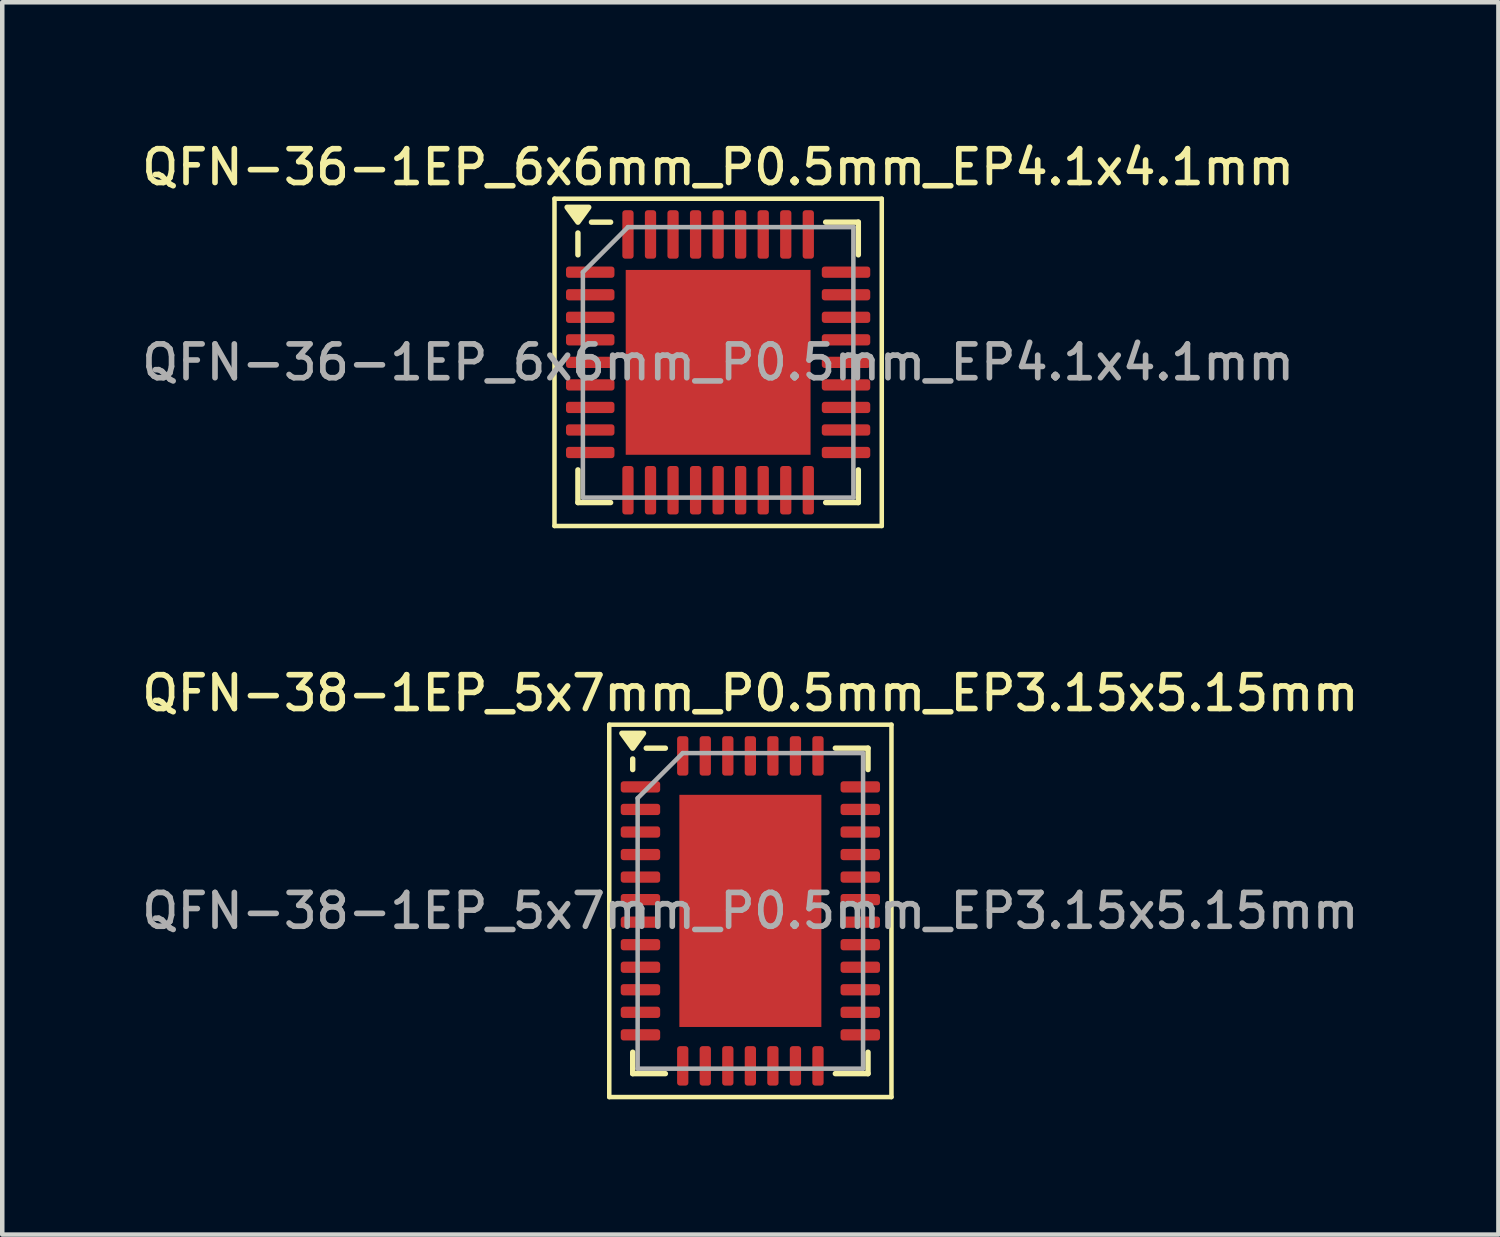
<source format=kicad_pcb>
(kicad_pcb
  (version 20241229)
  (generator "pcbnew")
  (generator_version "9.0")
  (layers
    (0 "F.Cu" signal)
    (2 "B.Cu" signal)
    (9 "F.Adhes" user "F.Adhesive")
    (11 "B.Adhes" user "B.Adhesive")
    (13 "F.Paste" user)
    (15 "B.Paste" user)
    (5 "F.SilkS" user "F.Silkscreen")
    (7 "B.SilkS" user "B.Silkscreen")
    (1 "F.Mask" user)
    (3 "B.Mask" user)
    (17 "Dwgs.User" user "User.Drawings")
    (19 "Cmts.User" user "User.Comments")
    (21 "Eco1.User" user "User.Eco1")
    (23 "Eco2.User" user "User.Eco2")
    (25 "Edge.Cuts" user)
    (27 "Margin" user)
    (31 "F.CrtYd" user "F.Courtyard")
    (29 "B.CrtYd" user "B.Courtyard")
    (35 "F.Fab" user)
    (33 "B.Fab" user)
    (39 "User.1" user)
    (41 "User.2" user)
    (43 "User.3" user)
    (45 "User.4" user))
  (footprint "QFN-36-1EP_6x6mm_P0.5mm_EP4.1x4.1mm"
    (layer "F.Cu")
    (at 12.88 4.988)
    (property "Reference" "QFN-36-1EP_6x6mm_P0.5mm_EP4.1x4.1mm" (at 0 -4.33 0) (layer "F.SilkS") (effects (font (size 0.75 0.75) (thickness 0.125))))
    (attr smd)
    (fp_line (start -3.63 -3.63) (end -3.63 3.63) (stroke (width 0.1) (type solid)) (layer "F.SilkS"))
    (fp_line (start -3.63 3.63) (end 3.63 3.63) (stroke (width 0.1) (type solid)) (layer "F.SilkS"))
    (fp_line (start -3.11 -2.385) (end -3.11 -2.87) (stroke (width 0.12) (type solid)) (layer "F.SilkS"))
    (fp_line (start -3.11 3.11) (end -3.11 2.385) (stroke (width 0.12) (type solid)) (layer "F.SilkS"))
    (fp_line (start -2.385 -3.11) (end -2.81 -3.11) (stroke (width 0.12) (type solid)) (layer "F.SilkS"))
    (fp_line (start -2.385 3.11) (end -3.11 3.11) (stroke (width 0.12) (type solid)) (layer "F.SilkS"))
    (fp_line (start 2.385 -3.11) (end 3.11 -3.11) (stroke (width 0.12) (type solid)) (layer "F.SilkS"))
    (fp_line (start 2.385 3.11) (end 3.11 3.11) (stroke (width 0.12) (type solid)) (layer "F.SilkS"))
    (fp_line (start 3.11 -3.11) (end 3.11 -2.385) (stroke (width 0.12) (type solid)) (layer "F.SilkS"))
    (fp_line (start 3.11 3.11) (end 3.11 2.385) (stroke (width 0.12) (type solid)) (layer "F.SilkS"))
    (fp_line (start 3.63 -3.63) (end -3.63 -3.63) (stroke (width 0.1) (type solid)) (layer "F.SilkS"))
    (fp_line (start 3.63 3.63) (end 3.63 -3.63) (stroke (width 0.1) (type solid)) (layer "F.SilkS"))
    (fp_poly (pts (xy -3.11 -3.11) (xy -3.35 -3.44) (xy -2.87 -3.44) (xy -3.11 -3.11)) (stroke (width 0.12) (type solid)) (fill yes) (layer "F.SilkS"))
    (fp_line (start -3 -2) (end -2 -3) (stroke (width 0.1) (type solid)) (layer "F.Fab"))
    (fp_line (start -3 3) (end -3 -2) (stroke (width 0.1) (type solid)) (layer "F.Fab"))
    (fp_line (start -2 -3) (end 3 -3) (stroke (width 0.1) (type solid)) (layer "F.Fab"))
    (fp_line (start 3 -3) (end 3 3) (stroke (width 0.1) (type solid)) (layer "F.Fab"))
    (fp_line (start 3 3) (end -3 3) (stroke (width 0.1) (type solid)) (layer "F.Fab"))
    (fp_text user "${REFERENCE}" (at 0 0 0) (layer "F.Fab") (effects (font (size 0.75 0.75) (thickness 0.125))))
    (pad "" smd roundrect (at -1.37 -1.37) (size 1.1 1.1) (layers "F.Paste") (roundrect_rratio 0.227))
    (pad "" smd roundrect (at -1.37 0) (size 1.1 1.1) (layers "F.Paste") (roundrect_rratio 0.227))
    (pad "" smd roundrect (at -1.37 1.37) (size 1.1 1.1) (layers "F.Paste") (roundrect_rratio 0.227))
    (pad "" smd roundrect (at 0 -1.37) (size 1.1 1.1) (layers "F.Paste") (roundrect_rratio 0.227))
    (pad "" smd roundrect (at 0 0) (size 1.1 1.1) (layers "F.Paste") (roundrect_rratio 0.227))
    (pad "" smd roundrect (at 0 1.37) (size 1.1 1.1) (layers "F.Paste") (roundrect_rratio 0.227))
    (pad "" smd roundrect (at 1.37 -1.37) (size 1.1 1.1) (layers "F.Paste") (roundrect_rratio 0.227))
    (pad "" smd roundrect (at 1.37 0) (size 1.1 1.1) (layers "F.Paste") (roundrect_rratio 0.227))
    (pad "" smd roundrect (at 1.37 1.37) (size 1.1 1.1) (layers "F.Paste") (roundrect_rratio 0.227))
    (pad "1" smd roundrect (at -2.837 -2) (size 1.075 0.25) (layers "F.Cu" "F.Mask" "F.Paste") (roundrect_rratio 0.25))
    (pad "2" smd roundrect (at -2.837 -1.5) (size 1.075 0.25) (layers "F.Cu" "F.Mask" "F.Paste") (roundrect_rratio 0.25))
    (pad "3" smd roundrect (at -2.837 -1) (size 1.075 0.25) (layers "F.Cu" "F.Mask" "F.Paste") (roundrect_rratio 0.25))
    (pad "4" smd roundrect (at -2.837 -0.5) (size 1.075 0.25) (layers "F.Cu" "F.Mask" "F.Paste") (roundrect_rratio 0.25))
    (pad "5" smd roundrect (at -2.837 0) (size 1.075 0.25) (layers "F.Cu" "F.Mask" "F.Paste") (roundrect_rratio 0.25))
    (pad "6" smd roundrect (at -2.837 0.5) (size 1.075 0.25) (layers "F.Cu" "F.Mask" "F.Paste") (roundrect_rratio 0.25))
    (pad "7" smd roundrect (at -2.837 1) (size 1.075 0.25) (layers "F.Cu" "F.Mask" "F.Paste") (roundrect_rratio 0.25))
    (pad "8" smd roundrect (at -2.837 1.5) (size 1.075 0.25) (layers "F.Cu" "F.Mask" "F.Paste") (roundrect_rratio 0.25))
    (pad "9" smd roundrect (at -2.837 2) (size 1.075 0.25) (layers "F.Cu" "F.Mask" "F.Paste") (roundrect_rratio 0.25))
    (pad "10" smd roundrect (at -2 2.837) (size 0.25 1.075) (layers "F.Cu" "F.Mask" "F.Paste") (roundrect_rratio 0.25))
    (pad "11" smd roundrect (at -1.5 2.837) (size 0.25 1.075) (layers "F.Cu" "F.Mask" "F.Paste") (roundrect_rratio 0.25))
    (pad "12" smd roundrect (at -1 2.837) (size 0.25 1.075) (layers "F.Cu" "F.Mask" "F.Paste") (roundrect_rratio 0.25))
    (pad "13" smd roundrect (at -0.5 2.837) (size 0.25 1.075) (layers "F.Cu" "F.Mask" "F.Paste") (roundrect_rratio 0.25))
    (pad "14" smd roundrect (at 0 2.837) (size 0.25 1.075) (layers "F.Cu" "F.Mask" "F.Paste") (roundrect_rratio 0.25))
    (pad "15" smd roundrect (at 0.5 2.837) (size 0.25 1.075) (layers "F.Cu" "F.Mask" "F.Paste") (roundrect_rratio 0.25))
    (pad "16" smd roundrect (at 1 2.837) (size 0.25 1.075) (layers "F.Cu" "F.Mask" "F.Paste") (roundrect_rratio 0.25))
    (pad "17" smd roundrect (at 1.5 2.837) (size 0.25 1.075) (layers "F.Cu" "F.Mask" "F.Paste") (roundrect_rratio 0.25))
    (pad "18" smd roundrect (at 2 2.837) (size 0.25 1.075) (layers "F.Cu" "F.Mask" "F.Paste") (roundrect_rratio 0.25))
    (pad "19" smd roundrect (at 2.837 2) (size 1.075 0.25) (layers "F.Cu" "F.Mask" "F.Paste") (roundrect_rratio 0.25))
    (pad "20" smd roundrect (at 2.837 1.5) (size 1.075 0.25) (layers "F.Cu" "F.Mask" "F.Paste") (roundrect_rratio 0.25))
    (pad "21" smd roundrect (at 2.837 1) (size 1.075 0.25) (layers "F.Cu" "F.Mask" "F.Paste") (roundrect_rratio 0.25))
    (pad "22" smd roundrect (at 2.837 0.5) (size 1.075 0.25) (layers "F.Cu" "F.Mask" "F.Paste") (roundrect_rratio 0.25))
    (pad "23" smd roundrect (at 2.837 0) (size 1.075 0.25) (layers "F.Cu" "F.Mask" "F.Paste") (roundrect_rratio 0.25))
    (pad "24" smd roundrect (at 2.837 -0.5) (size 1.075 0.25) (layers "F.Cu" "F.Mask" "F.Paste") (roundrect_rratio 0.25))
    (pad "25" smd roundrect (at 2.837 -1) (size 1.075 0.25) (layers "F.Cu" "F.Mask" "F.Paste") (roundrect_rratio 0.25))
    (pad "26" smd roundrect (at 2.837 -1.5) (size 1.075 0.25) (layers "F.Cu" "F.Mask" "F.Paste") (roundrect_rratio 0.25))
    (pad "27" smd roundrect (at 2.837 -2) (size 1.075 0.25) (layers "F.Cu" "F.Mask" "F.Paste") (roundrect_rratio 0.25))
    (pad "28" smd roundrect (at 2 -2.837) (size 0.25 1.075) (layers "F.Cu" "F.Mask" "F.Paste") (roundrect_rratio 0.25))
    (pad "29" smd roundrect (at 1.5 -2.837) (size 0.25 1.075) (layers "F.Cu" "F.Mask" "F.Paste") (roundrect_rratio 0.25))
    (pad "30" smd roundrect (at 1 -2.837) (size 0.25 1.075) (layers "F.Cu" "F.Mask" "F.Paste") (roundrect_rratio 0.25))
    (pad "31" smd roundrect (at 0.5 -2.837) (size 0.25 1.075) (layers "F.Cu" "F.Mask" "F.Paste") (roundrect_rratio 0.25))
    (pad "32" smd roundrect (at 0 -2.837) (size 0.25 1.075) (layers "F.Cu" "F.Mask" "F.Paste") (roundrect_rratio 0.25))
    (pad "33" smd roundrect (at -0.5 -2.837) (size 0.25 1.075) (layers "F.Cu" "F.Mask" "F.Paste") (roundrect_rratio 0.25))
    (pad "34" smd roundrect (at -1 -2.837) (size 0.25 1.075) (layers "F.Cu" "F.Mask" "F.Paste") (roundrect_rratio 0.25))
    (pad "35" smd roundrect (at -1.5 -2.837) (size 0.25 1.075) (layers "F.Cu" "F.Mask" "F.Paste") (roundrect_rratio 0.25))
    (pad "36" smd roundrect (at -2 -2.837) (size 0.25 1.075) (layers "F.Cu" "F.Mask" "F.Paste") (roundrect_rratio 0.25))
    (pad "37" smd rect (at 0 0) (size 4.1 4.1) (property pad_prop_heatsink) (layers "F.Cu" "F.Mask")))
  (footprint "QFN-38-1EP_5x7mm_P0.5mm_EP3.15x5.15mm"
    (layer "F.Cu")
    (at 13.595 17.156)
    (property "Reference" "QFN-38-1EP_5x7mm_P0.5mm_EP3.15x5.15mm" (at 0 -4.83 0) (layer "F.SilkS") (effects (font (size 0.75 0.75) (thickness 0.125))))
    (attr smd)
    (fp_line (start -3.13 -4.13) (end -3.13 4.13) (stroke (width 0.1) (type solid)) (layer "F.SilkS"))
    (fp_line (start -3.13 4.13) (end 3.13 4.13) (stroke (width 0.1) (type solid)) (layer "F.SilkS"))
    (fp_line (start -2.61 -3.135) (end -2.61 -3.37) (stroke (width 0.12) (type solid)) (layer "F.SilkS"))
    (fp_line (start -2.61 3.61) (end -2.61 3.135) (stroke (width 0.12) (type solid)) (layer "F.SilkS"))
    (fp_line (start -1.885 -3.61) (end -2.31 -3.61) (stroke (width 0.12) (type solid)) (layer "F.SilkS"))
    (fp_line (start -1.885 3.61) (end -2.61 3.61) (stroke (width 0.12) (type solid)) (layer "F.SilkS"))
    (fp_line (start 1.885 -3.61) (end 2.61 -3.61) (stroke (width 0.12) (type solid)) (layer "F.SilkS"))
    (fp_line (start 1.885 3.61) (end 2.61 3.61) (stroke (width 0.12) (type solid)) (layer "F.SilkS"))
    (fp_line (start 2.61 -3.61) (end 2.61 -3.135) (stroke (width 0.12) (type solid)) (layer "F.SilkS"))
    (fp_line (start 2.61 3.61) (end 2.61 3.135) (stroke (width 0.12) (type solid)) (layer "F.SilkS"))
    (fp_line (start 3.13 -4.13) (end -3.13 -4.13) (stroke (width 0.1) (type solid)) (layer "F.SilkS"))
    (fp_line (start 3.13 4.13) (end 3.13 -4.13) (stroke (width 0.1) (type solid)) (layer "F.SilkS"))
    (fp_poly (pts (xy -2.61 -3.61) (xy -2.85 -3.94) (xy -2.37 -3.94) (xy -2.61 -3.61)) (stroke (width 0.12) (type solid)) (fill yes) (layer "F.SilkS"))
    (fp_line (start -2.5 -2.5) (end -1.5 -3.5) (stroke (width 0.1) (type solid)) (layer "F.Fab"))
    (fp_line (start -2.5 3.5) (end -2.5 -2.5) (stroke (width 0.1) (type solid)) (layer "F.Fab"))
    (fp_line (start -1.5 -3.5) (end 2.5 -3.5) (stroke (width 0.1) (type solid)) (layer "F.Fab"))
    (fp_line (start 2.5 -3.5) (end 2.5 3.5) (stroke (width 0.1) (type solid)) (layer "F.Fab"))
    (fp_line (start 2.5 3.5) (end -2.5 3.5) (stroke (width 0.1) (type solid)) (layer "F.Fab"))
    (fp_text user "${REFERENCE}" (at 0 0 0) (layer "F.Fab") (effects (font (size 0.75 0.75) (thickness 0.125))))
    (pad "" smd roundrect (at -1.05 -2.06) (size 0.85 0.83) (layers "F.Paste") (roundrect_rratio 0.25))
    (pad "" smd roundrect (at -1.05 -1.03) (size 0.85 0.83) (layers "F.Paste") (roundrect_rratio 0.25))
    (pad "" smd roundrect (at -1.05 0) (size 0.85 0.83) (layers "F.Paste") (roundrect_rratio 0.25))
    (pad "" smd roundrect (at -1.05 1.03) (size 0.85 0.83) (layers "F.Paste") (roundrect_rratio 0.25))
    (pad "" smd roundrect (at -1.05 2.06) (size 0.85 0.83) (layers "F.Paste") (roundrect_rratio 0.25))
    (pad "" smd roundrect (at 0 -2.06) (size 0.85 0.83) (layers "F.Paste") (roundrect_rratio 0.25))
    (pad "" smd roundrect (at 0 -1.03) (size 0.85 0.83) (layers "F.Paste") (roundrect_rratio 0.25))
    (pad "" smd roundrect (at 0 0) (size 0.85 0.83) (layers "F.Paste") (roundrect_rratio 0.25))
    (pad "" smd roundrect (at 0 1.03) (size 0.85 0.83) (layers "F.Paste") (roundrect_rratio 0.25))
    (pad "" smd roundrect (at 0 2.06) (size 0.85 0.83) (layers "F.Paste") (roundrect_rratio 0.25))
    (pad "" smd roundrect (at 1.05 -2.06) (size 0.85 0.83) (layers "F.Paste") (roundrect_rratio 0.25))
    (pad "" smd roundrect (at 1.05 -1.03) (size 0.85 0.83) (layers "F.Paste") (roundrect_rratio 0.25))
    (pad "" smd roundrect (at 1.05 0) (size 0.85 0.83) (layers "F.Paste") (roundrect_rratio 0.25))
    (pad "" smd roundrect (at 1.05 1.03) (size 0.85 0.83) (layers "F.Paste") (roundrect_rratio 0.25))
    (pad "" smd roundrect (at 1.05 2.06) (size 0.85 0.83) (layers "F.Paste") (roundrect_rratio 0.25))
    (pad "1" smd roundrect (at -2.438 -2.75) (size 0.875 0.25) (layers "F.Cu" "F.Mask" "F.Paste") (roundrect_rratio 0.25))
    (pad "2" smd roundrect (at -2.438 -2.25) (size 0.875 0.25) (layers "F.Cu" "F.Mask" "F.Paste") (roundrect_rratio 0.25))
    (pad "3" smd roundrect (at -2.438 -1.75) (size 0.875 0.25) (layers "F.Cu" "F.Mask" "F.Paste") (roundrect_rratio 0.25))
    (pad "4" smd roundrect (at -2.438 -1.25) (size 0.875 0.25) (layers "F.Cu" "F.Mask" "F.Paste") (roundrect_rratio 0.25))
    (pad "5" smd roundrect (at -2.438 -0.75) (size 0.875 0.25) (layers "F.Cu" "F.Mask" "F.Paste") (roundrect_rratio 0.25))
    (pad "6" smd roundrect (at -2.438 -0.25) (size 0.875 0.25) (layers "F.Cu" "F.Mask" "F.Paste") (roundrect_rratio 0.25))
    (pad "7" smd roundrect (at -2.438 0.25) (size 0.875 0.25) (layers "F.Cu" "F.Mask" "F.Paste") (roundrect_rratio 0.25))
    (pad "8" smd roundrect (at -2.438 0.75) (size 0.875 0.25) (layers "F.Cu" "F.Mask" "F.Paste") (roundrect_rratio 0.25))
    (pad "9" smd roundrect (at -2.438 1.25) (size 0.875 0.25) (layers "F.Cu" "F.Mask" "F.Paste") (roundrect_rratio 0.25))
    (pad "10" smd roundrect (at -2.438 1.75) (size 0.875 0.25) (layers "F.Cu" "F.Mask" "F.Paste") (roundrect_rratio 0.25))
    (pad "11" smd roundrect (at -2.438 2.25) (size 0.875 0.25) (layers "F.Cu" "F.Mask" "F.Paste") (roundrect_rratio 0.25))
    (pad "12" smd roundrect (at -2.438 2.75) (size 0.875 0.25) (layers "F.Cu" "F.Mask" "F.Paste") (roundrect_rratio 0.25))
    (pad "13" smd roundrect (at -1.5 3.438) (size 0.25 0.875) (layers "F.Cu" "F.Mask" "F.Paste") (roundrect_rratio 0.25))
    (pad "14" smd roundrect (at -1 3.438) (size 0.25 0.875) (layers "F.Cu" "F.Mask" "F.Paste") (roundrect_rratio 0.25))
    (pad "15" smd roundrect (at -0.5 3.438) (size 0.25 0.875) (layers "F.Cu" "F.Mask" "F.Paste") (roundrect_rratio 0.25))
    (pad "16" smd roundrect (at 0 3.438) (size 0.25 0.875) (layers "F.Cu" "F.Mask" "F.Paste") (roundrect_rratio 0.25))
    (pad "17" smd roundrect (at 0.5 3.438) (size 0.25 0.875) (layers "F.Cu" "F.Mask" "F.Paste") (roundrect_rratio 0.25))
    (pad "18" smd roundrect (at 1 3.438) (size 0.25 0.875) (layers "F.Cu" "F.Mask" "F.Paste") (roundrect_rratio 0.25))
    (pad "19" smd roundrect (at 1.5 3.438) (size 0.25 0.875) (layers "F.Cu" "F.Mask" "F.Paste") (roundrect_rratio 0.25))
    (pad "20" smd roundrect (at 2.438 2.75) (size 0.875 0.25) (layers "F.Cu" "F.Mask" "F.Paste") (roundrect_rratio 0.25))
    (pad "21" smd roundrect (at 2.438 2.25) (size 0.875 0.25) (layers "F.Cu" "F.Mask" "F.Paste") (roundrect_rratio 0.25))
    (pad "22" smd roundrect (at 2.438 1.75) (size 0.875 0.25) (layers "F.Cu" "F.Mask" "F.Paste") (roundrect_rratio 0.25))
    (pad "23" smd roundrect (at 2.438 1.25) (size 0.875 0.25) (layers "F.Cu" "F.Mask" "F.Paste") (roundrect_rratio 0.25))
    (pad "24" smd roundrect (at 2.438 0.75) (size 0.875 0.25) (layers "F.Cu" "F.Mask" "F.Paste") (roundrect_rratio 0.25))
    (pad "25" smd roundrect (at 2.438 0.25) (size 0.875 0.25) (layers "F.Cu" "F.Mask" "F.Paste") (roundrect_rratio 0.25))
    (pad "26" smd roundrect (at 2.438 -0.25) (size 0.875 0.25) (layers "F.Cu" "F.Mask" "F.Paste") (roundrect_rratio 0.25))
    (pad "27" smd roundrect (at 2.438 -0.75) (size 0.875 0.25) (layers "F.Cu" "F.Mask" "F.Paste") (roundrect_rratio 0.25))
    (pad "28" smd roundrect (at 2.438 -1.25) (size 0.875 0.25) (layers "F.Cu" "F.Mask" "F.Paste") (roundrect_rratio 0.25))
    (pad "29" smd roundrect (at 2.438 -1.75) (size 0.875 0.25) (layers "F.Cu" "F.Mask" "F.Paste") (roundrect_rratio 0.25))
    (pad "30" smd roundrect (at 2.438 -2.25) (size 0.875 0.25) (layers "F.Cu" "F.Mask" "F.Paste") (roundrect_rratio 0.25))
    (pad "31" smd roundrect (at 2.438 -2.75) (size 0.875 0.25) (layers "F.Cu" "F.Mask" "F.Paste") (roundrect_rratio 0.25))
    (pad "32" smd roundrect (at 1.5 -3.438) (size 0.25 0.875) (layers "F.Cu" "F.Mask" "F.Paste") (roundrect_rratio 0.25))
    (pad "33" smd roundrect (at 1 -3.438) (size 0.25 0.875) (layers "F.Cu" "F.Mask" "F.Paste") (roundrect_rratio 0.25))
    (pad "34" smd roundrect (at 0.5 -3.438) (size 0.25 0.875) (layers "F.Cu" "F.Mask" "F.Paste") (roundrect_rratio 0.25))
    (pad "35" smd roundrect (at 0 -3.438) (size 0.25 0.875) (layers "F.Cu" "F.Mask" "F.Paste") (roundrect_rratio 0.25))
    (pad "36" smd roundrect (at -0.5 -3.438) (size 0.25 0.875) (layers "F.Cu" "F.Mask" "F.Paste") (roundrect_rratio 0.25))
    (pad "37" smd roundrect (at -1 -3.438) (size 0.25 0.875) (layers "F.Cu" "F.Mask" "F.Paste") (roundrect_rratio 0.25))
    (pad "38" smd roundrect (at -1.5 -3.438) (size 0.25 0.875) (layers "F.Cu" "F.Mask" "F.Paste") (roundrect_rratio 0.25))
    (pad "39" smd rect (at 0 0) (size 3.15 5.15) (property pad_prop_heatsink) (layers "F.Cu" "F.Mask")))
  (gr_rect
    (start -3 -3)
    (end 30.189 24.336)
    (stroke (width 0.1) (type default))
    (fill no)
    (layer "Edge.Cuts")))
</source>
